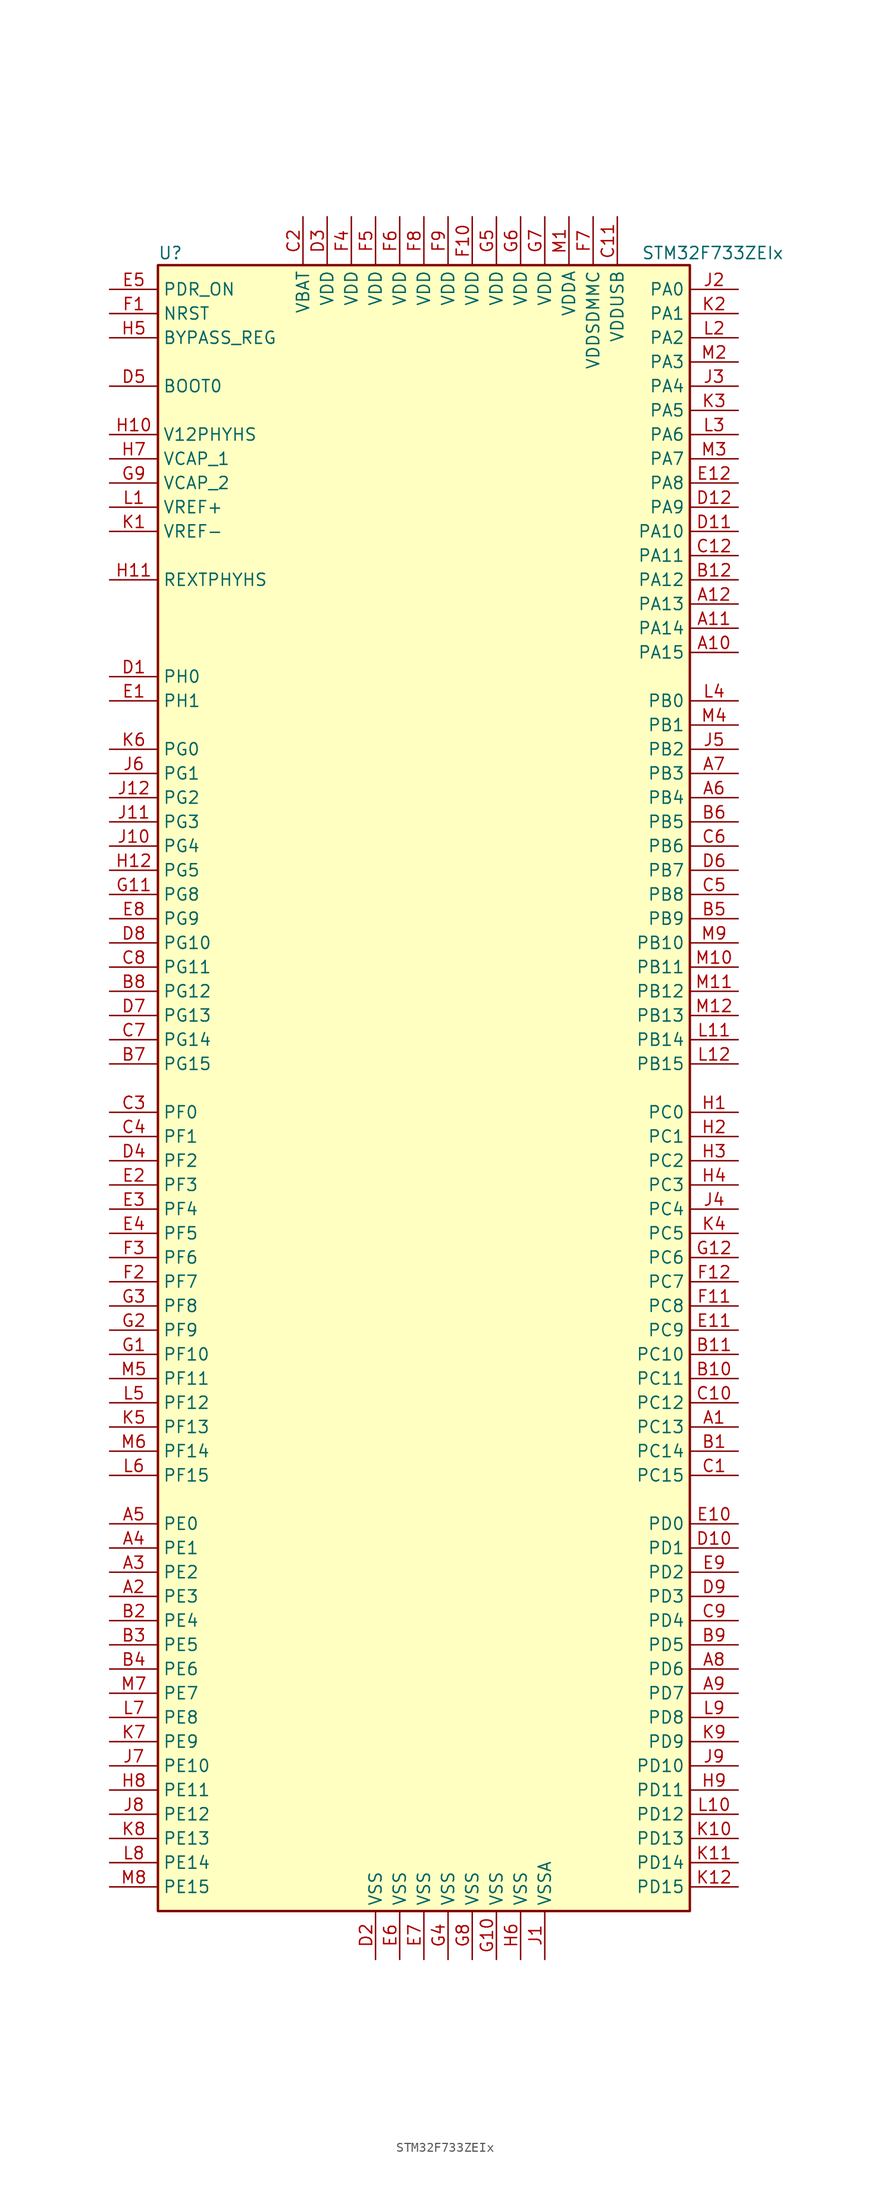
<source format=kicad_sym>
(kicad_symbol_lib
  (version 20211014)
  (generator kicad_symbol_editor)
  (symbol "STM32F733ZEIx"
    (property "Reference" "U"
      (at -27.94 87.63 0)
      (effects (font (size 1.27 1.27)) (justify left)))
    (property "Value" "STM32F733ZEIx"
      (at 22.86 87.63 0)
      (effects (font (size 1.27 1.27)) (justify left)))
    (symbol "STM32F733ZEIx_0_1"
      (rectangle (start -27.94 -86.36) (end 27.94 86.36) (stroke (width 0.254) (type default) (color 0 0 0 0)) (fill (type background))))
    (symbol "STM32F733ZEIx_1_1"
      (pin bidirectional line (at 33.02 -35.56 180) (length 5.08) (name "PC13" (effects (font (size 1.27 1.27)))) (number "A1" (effects (font (size 1.27 1.27)))))
      (pin bidirectional line (at 33.02 45.72 180) (length 5.08) (name "PA15" (effects (font (size 1.27 1.27)))) (number "A10" (effects (font (size 1.27 1.27)))))
      (pin bidirectional line (at 33.02 48.26 180) (length 5.08) (name "PA14" (effects (font (size 1.27 1.27)))) (number "A11" (effects (font (size 1.27 1.27)))))
      (pin bidirectional line (at 33.02 50.8 180) (length 5.08) (name "PA13" (effects (font (size 1.27 1.27)))) (number "A12" (effects (font (size 1.27 1.27)))))
      (pin bidirectional line (at -33.02 -53.34 0) (length 5.08) (name "PE3" (effects (font (size 1.27 1.27)))) (number "A2" (effects (font (size 1.27 1.27)))))
      (pin bidirectional line (at -33.02 -50.8 0) (length 5.08) (name "PE2" (effects (font (size 1.27 1.27)))) (number "A3" (effects (font (size 1.27 1.27)))))
      (pin bidirectional line (at -33.02 -48.26 0) (length 5.08) (name "PE1" (effects (font (size 1.27 1.27)))) (number "A4" (effects (font (size 1.27 1.27)))))
      (pin bidirectional line (at -33.02 -45.72 0) (length 5.08) (name "PE0" (effects (font (size 1.27 1.27)))) (number "A5" (effects (font (size 1.27 1.27)))))
      (pin bidirectional line (at 33.02 30.48 180) (length 5.08) (name "PB4" (effects (font (size 1.27 1.27)))) (number "A6" (effects (font (size 1.27 1.27)))))
      (pin bidirectional line (at 33.02 33.02 180) (length 5.08) (name "PB3" (effects (font (size 1.27 1.27)))) (number "A7" (effects (font (size 1.27 1.27)))))
      (pin bidirectional line (at 33.02 -60.96 180) (length 5.08) (name "PD6" (effects (font (size 1.27 1.27)))) (number "A8" (effects (font (size 1.27 1.27)))))
      (pin bidirectional line (at 33.02 -63.5 180) (length 5.08) (name "PD7" (effects (font (size 1.27 1.27)))) (number "A9" (effects (font (size 1.27 1.27)))))
      (pin bidirectional line (at 33.02 -38.1 180) (length 5.08) (name "PC14" (effects (font (size 1.27 1.27)))) (number "B1" (effects (font (size 1.27 1.27)))))
      (pin bidirectional line (at 33.02 -30.48 180) (length 5.08) (name "PC11" (effects (font (size 1.27 1.27)))) (number "B10" (effects (font (size 1.27 1.27)))))
      (pin bidirectional line (at 33.02 -27.94 180) (length 5.08) (name "PC10" (effects (font (size 1.27 1.27)))) (number "B11" (effects (font (size 1.27 1.27)))))
      (pin bidirectional line (at 33.02 53.34 180) (length 5.08) (name "PA12" (effects (font (size 1.27 1.27)))) (number "B12" (effects (font (size 1.27 1.27)))))
      (pin bidirectional line (at -33.02 -55.88 0) (length 5.08) (name "PE4" (effects (font (size 1.27 1.27)))) (number "B2" (effects (font (size 1.27 1.27)))))
      (pin bidirectional line (at -33.02 -58.42 0) (length 5.08) (name "PE5" (effects (font (size 1.27 1.27)))) (number "B3" (effects (font (size 1.27 1.27)))))
      (pin bidirectional line (at -33.02 -60.96 0) (length 5.08) (name "PE6" (effects (font (size 1.27 1.27)))) (number "B4" (effects (font (size 1.27 1.27)))))
      (pin bidirectional line (at 33.02 17.78 180) (length 5.08) (name "PB9" (effects (font (size 1.27 1.27)))) (number "B5" (effects (font (size 1.27 1.27)))))
      (pin bidirectional line (at 33.02 27.94 180) (length 5.08) (name "PB5" (effects (font (size 1.27 1.27)))) (number "B6" (effects (font (size 1.27 1.27)))))
      (pin bidirectional line (at -33.02 2.54 0) (length 5.08) (name "PG15" (effects (font (size 1.27 1.27)))) (number "B7" (effects (font (size 1.27 1.27)))))
      (pin bidirectional line (at -33.02 10.16 0) (length 5.08) (name "PG12" (effects (font (size 1.27 1.27)))) (number "B8" (effects (font (size 1.27 1.27)))))
      (pin bidirectional line (at 33.02 -58.42 180) (length 5.08) (name "PD5" (effects (font (size 1.27 1.27)))) (number "B9" (effects (font (size 1.27 1.27)))))
      (pin bidirectional line (at 33.02 -40.64 180) (length 5.08) (name "PC15" (effects (font (size 1.27 1.27)))) (number "C1" (effects (font (size 1.27 1.27)))))
      (pin bidirectional line (at 33.02 -33.02 180) (length 5.08) (name "PC12" (effects (font (size 1.27 1.27)))) (number "C10" (effects (font (size 1.27 1.27)))))
      (pin power_in line (at 20.32 91.44 270) (length 5.08) (name "VDDUSB" (effects (font (size 1.27 1.27)))) (number "C11" (effects (font (size 1.27 1.27)))))
      (pin bidirectional line (at 33.02 55.88 180) (length 5.08) (name "PA11" (effects (font (size 1.27 1.27)))) (number "C12" (effects (font (size 1.27 1.27)))))
      (pin power_in line (at -12.7 91.44 270) (length 5.08) (name "VBAT" (effects (font (size 1.27 1.27)))) (number "C2" (effects (font (size 1.27 1.27)))))
      (pin bidirectional line (at -33.02 -2.54 0) (length 5.08) (name "PF0" (effects (font (size 1.27 1.27)))) (number "C3" (effects (font (size 1.27 1.27)))))
      (pin bidirectional line (at -33.02 -5.08 0) (length 5.08) (name "PF1" (effects (font (size 1.27 1.27)))) (number "C4" (effects (font (size 1.27 1.27)))))
      (pin bidirectional line (at 33.02 20.32 180) (length 5.08) (name "PB8" (effects (font (size 1.27 1.27)))) (number "C5" (effects (font (size 1.27 1.27)))))
      (pin bidirectional line (at 33.02 25.4 180) (length 5.08) (name "PB6" (effects (font (size 1.27 1.27)))) (number "C6" (effects (font (size 1.27 1.27)))))
      (pin bidirectional line (at -33.02 5.08 0) (length 5.08) (name "PG14" (effects (font (size 1.27 1.27)))) (number "C7" (effects (font (size 1.27 1.27)))))
      (pin bidirectional line (at -33.02 12.7 0) (length 5.08) (name "PG11" (effects (font (size 1.27 1.27)))) (number "C8" (effects (font (size 1.27 1.27)))))
      (pin bidirectional line (at 33.02 -55.88 180) (length 5.08) (name "PD4" (effects (font (size 1.27 1.27)))) (number "C9" (effects (font (size 1.27 1.27)))))
      (pin input line (at -33.02 43.18 0) (length 5.08) (name "PH0" (effects (font (size 1.27 1.27)))) (number "D1" (effects (font (size 1.27 1.27)))))
      (pin bidirectional line (at 33.02 -48.26 180) (length 5.08) (name "PD1" (effects (font (size 1.27 1.27)))) (number "D10" (effects (font (size 1.27 1.27)))))
      (pin bidirectional line (at 33.02 58.42 180) (length 5.08) (name "PA10" (effects (font (size 1.27 1.27)))) (number "D11" (effects (font (size 1.27 1.27)))))
      (pin bidirectional line (at 33.02 60.96 180) (length 5.08) (name "PA9" (effects (font (size 1.27 1.27)))) (number "D12" (effects (font (size 1.27 1.27)))))
      (pin power_in line (at -5.08 -91.44 90) (length 5.08) (name "VSS" (effects (font (size 1.27 1.27)))) (number "D2" (effects (font (size 1.27 1.27)))))
      (pin power_in line (at -10.16 91.44 270) (length 5.08) (name "VDD" (effects (font (size 1.27 1.27)))) (number "D3" (effects (font (size 1.27 1.27)))))
      (pin bidirectional line (at -33.02 -7.62 0) (length 5.08) (name "PF2" (effects (font (size 1.27 1.27)))) (number "D4" (effects (font (size 1.27 1.27)))))
      (pin input line (at -33.02 73.66 0) (length 5.08) (name "BOOT0" (effects (font (size 1.27 1.27)))) (number "D5" (effects (font (size 1.27 1.27)))))
      (pin bidirectional line (at 33.02 22.86 180) (length 5.08) (name "PB7" (effects (font (size 1.27 1.27)))) (number "D6" (effects (font (size 1.27 1.27)))))
      (pin bidirectional line (at -33.02 7.62 0) (length 5.08) (name "PG13" (effects (font (size 1.27 1.27)))) (number "D7" (effects (font (size 1.27 1.27)))))
      (pin bidirectional line (at -33.02 15.24 0) (length 5.08) (name "PG10" (effects (font (size 1.27 1.27)))) (number "D8" (effects (font (size 1.27 1.27)))))
      (pin bidirectional line (at 33.02 -53.34 180) (length 5.08) (name "PD3" (effects (font (size 1.27 1.27)))) (number "D9" (effects (font (size 1.27 1.27)))))
      (pin input line (at -33.02 40.64 0) (length 5.08) (name "PH1" (effects (font (size 1.27 1.27)))) (number "E1" (effects (font (size 1.27 1.27)))))
      (pin bidirectional line (at 33.02 -45.72 180) (length 5.08) (name "PD0" (effects (font (size 1.27 1.27)))) (number "E10" (effects (font (size 1.27 1.27)))))
      (pin bidirectional line (at 33.02 -25.4 180) (length 5.08) (name "PC9" (effects (font (size 1.27 1.27)))) (number "E11" (effects (font (size 1.27 1.27)))))
      (pin bidirectional line (at 33.02 63.5 180) (length 5.08) (name "PA8" (effects (font (size 1.27 1.27)))) (number "E12" (effects (font (size 1.27 1.27)))))
      (pin bidirectional line (at -33.02 -10.16 0) (length 5.08) (name "PF3" (effects (font (size 1.27 1.27)))) (number "E2" (effects (font (size 1.27 1.27)))))
      (pin bidirectional line (at -33.02 -12.7 0) (length 5.08) (name "PF4" (effects (font (size 1.27 1.27)))) (number "E3" (effects (font (size 1.27 1.27)))))
      (pin bidirectional line (at -33.02 -15.24 0) (length 5.08) (name "PF5" (effects (font (size 1.27 1.27)))) (number "E4" (effects (font (size 1.27 1.27)))))
      (pin input line (at -33.02 83.82 0) (length 5.08) (name "PDR_ON" (effects (font (size 1.27 1.27)))) (number "E5" (effects (font (size 1.27 1.27)))))
      (pin power_in line (at -2.54 -91.44 90) (length 5.08) (name "VSS" (effects (font (size 1.27 1.27)))) (number "E6" (effects (font (size 1.27 1.27)))))
      (pin power_in line (at 0 -91.44 90) (length 5.08) (name "VSS" (effects (font (size 1.27 1.27)))) (number "E7" (effects (font (size 1.27 1.27)))))
      (pin bidirectional line (at -33.02 17.78 0) (length 5.08) (name "PG9" (effects (font (size 1.27 1.27)))) (number "E8" (effects (font (size 1.27 1.27)))))
      (pin bidirectional line (at 33.02 -50.8 180) (length 5.08) (name "PD2" (effects (font (size 1.27 1.27)))) (number "E9" (effects (font (size 1.27 1.27)))))
      (pin input line (at -33.02 81.28 0) (length 5.08) (name "NRST" (effects (font (size 1.27 1.27)))) (number "F1" (effects (font (size 1.27 1.27)))))
      (pin power_in line (at 5.08 91.44 270) (length 5.08) (name "VDD" (effects (font (size 1.27 1.27)))) (number "F10" (effects (font (size 1.27 1.27)))))
      (pin bidirectional line (at 33.02 -22.86 180) (length 5.08) (name "PC8" (effects (font (size 1.27 1.27)))) (number "F11" (effects (font (size 1.27 1.27)))))
      (pin bidirectional line (at 33.02 -20.32 180) (length 5.08) (name "PC7" (effects (font (size 1.27 1.27)))) (number "F12" (effects (font (size 1.27 1.27)))))
      (pin bidirectional line (at -33.02 -20.32 0) (length 5.08) (name "PF7" (effects (font (size 1.27 1.27)))) (number "F2" (effects (font (size 1.27 1.27)))))
      (pin bidirectional line (at -33.02 -17.78 0) (length 5.08) (name "PF6" (effects (font (size 1.27 1.27)))) (number "F3" (effects (font (size 1.27 1.27)))))
      (pin power_in line (at -7.62 91.44 270) (length 5.08) (name "VDD" (effects (font (size 1.27 1.27)))) (number "F4" (effects (font (size 1.27 1.27)))))
      (pin power_in line (at -5.08 91.44 270) (length 5.08) (name "VDD" (effects (font (size 1.27 1.27)))) (number "F5" (effects (font (size 1.27 1.27)))))
      (pin power_in line (at -2.54 91.44 270) (length 5.08) (name "VDD" (effects (font (size 1.27 1.27)))) (number "F6" (effects (font (size 1.27 1.27)))))
      (pin power_in line (at 17.78 91.44 270) (length 5.08) (name "VDDSDMMC" (effects (font (size 1.27 1.27)))) (number "F7" (effects (font (size 1.27 1.27)))))
      (pin power_in line (at 0 91.44 270) (length 5.08) (name "VDD" (effects (font (size 1.27 1.27)))) (number "F8" (effects (font (size 1.27 1.27)))))
      (pin power_in line (at 2.54 91.44 270) (length 5.08) (name "VDD" (effects (font (size 1.27 1.27)))) (number "F9" (effects (font (size 1.27 1.27)))))
      (pin bidirectional line (at -33.02 -27.94 0) (length 5.08) (name "PF10" (effects (font (size 1.27 1.27)))) (number "G1" (effects (font (size 1.27 1.27)))))
      (pin power_in line (at 7.62 -91.44 90) (length 5.08) (name "VSS" (effects (font (size 1.27 1.27)))) (number "G10" (effects (font (size 1.27 1.27)))))
      (pin bidirectional line (at -33.02 20.32 0) (length 5.08) (name "PG8" (effects (font (size 1.27 1.27)))) (number "G11" (effects (font (size 1.27 1.27)))))
      (pin bidirectional line (at 33.02 -17.78 180) (length 5.08) (name "PC6" (effects (font (size 1.27 1.27)))) (number "G12" (effects (font (size 1.27 1.27)))))
      (pin bidirectional line (at -33.02 -25.4 0) (length 5.08) (name "PF9" (effects (font (size 1.27 1.27)))) (number "G2" (effects (font (size 1.27 1.27)))))
      (pin bidirectional line (at -33.02 -22.86 0) (length 5.08) (name "PF8" (effects (font (size 1.27 1.27)))) (number "G3" (effects (font (size 1.27 1.27)))))
      (pin power_in line (at 2.54 -91.44 90) (length 5.08) (name "VSS" (effects (font (size 1.27 1.27)))) (number "G4" (effects (font (size 1.27 1.27)))))
      (pin power_in line (at 7.62 91.44 270) (length 5.08) (name "VDD" (effects (font (size 1.27 1.27)))) (number "G5" (effects (font (size 1.27 1.27)))))
      (pin power_in line (at 10.16 91.44 270) (length 5.08) (name "VDD" (effects (font (size 1.27 1.27)))) (number "G6" (effects (font (size 1.27 1.27)))))
      (pin power_in line (at 12.7 91.44 270) (length 5.08) (name "VDD" (effects (font (size 1.27 1.27)))) (number "G7" (effects (font (size 1.27 1.27)))))
      (pin power_in line (at 5.08 -91.44 90) (length 5.08) (name "VSS" (effects (font (size 1.27 1.27)))) (number "G8" (effects (font (size 1.27 1.27)))))
      (pin power_in line (at -33.02 63.5 0) (length 5.08) (name "VCAP_2" (effects (font (size 1.27 1.27)))) (number "G9" (effects (font (size 1.27 1.27)))))
      (pin bidirectional line (at 33.02 -2.54 180) (length 5.08) (name "PC0" (effects (font (size 1.27 1.27)))) (number "H1" (effects (font (size 1.27 1.27)))))
      (pin power_in line (at -33.02 68.58 0) (length 5.08) (name "V12PHYHS" (effects (font (size 1.27 1.27)))) (number "H10" (effects (font (size 1.27 1.27)))))
      (pin bidirectional line (at -33.02 53.34 0) (length 5.08) (name "REXTPHYHS" (effects (font (size 1.27 1.27)))) (number "H11" (effects (font (size 1.27 1.27)))))
      (pin bidirectional line (at -33.02 22.86 0) (length 5.08) (name "PG5" (effects (font (size 1.27 1.27)))) (number "H12" (effects (font (size 1.27 1.27)))))
      (pin bidirectional line (at 33.02 -5.08 180) (length 5.08) (name "PC1" (effects (font (size 1.27 1.27)))) (number "H2" (effects (font (size 1.27 1.27)))))
      (pin bidirectional line (at 33.02 -7.62 180) (length 5.08) (name "PC2" (effects (font (size 1.27 1.27)))) (number "H3" (effects (font (size 1.27 1.27)))))
      (pin bidirectional line (at 33.02 -10.16 180) (length 5.08) (name "PC3" (effects (font (size 1.27 1.27)))) (number "H4" (effects (font (size 1.27 1.27)))))
      (pin input line (at -33.02 78.74 0) (length 5.08) (name "BYPASS_REG" (effects (font (size 1.27 1.27)))) (number "H5" (effects (font (size 1.27 1.27)))))
      (pin power_in line (at 10.16 -91.44 90) (length 5.08) (name "VSS" (effects (font (size 1.27 1.27)))) (number "H6" (effects (font (size 1.27 1.27)))))
      (pin power_in line (at -33.02 66.04 0) (length 5.08) (name "VCAP_1" (effects (font (size 1.27 1.27)))) (number "H7" (effects (font (size 1.27 1.27)))))
      (pin bidirectional line (at -33.02 -73.66 0) (length 5.08) (name "PE11" (effects (font (size 1.27 1.27)))) (number "H8" (effects (font (size 1.27 1.27)))))
      (pin bidirectional line (at 33.02 -73.66 180) (length 5.08) (name "PD11" (effects (font (size 1.27 1.27)))) (number "H9" (effects (font (size 1.27 1.27)))))
      (pin power_in line (at 12.7 -91.44 90) (length 5.08) (name "VSSA" (effects (font (size 1.27 1.27)))) (number "J1" (effects (font (size 1.27 1.27)))))
      (pin bidirectional line (at -33.02 25.4 0) (length 5.08) (name "PG4" (effects (font (size 1.27 1.27)))) (number "J10" (effects (font (size 1.27 1.27)))))
      (pin bidirectional line (at -33.02 27.94 0) (length 5.08) (name "PG3" (effects (font (size 1.27 1.27)))) (number "J11" (effects (font (size 1.27 1.27)))))
      (pin bidirectional line (at -33.02 30.48 0) (length 5.08) (name "PG2" (effects (font (size 1.27 1.27)))) (number "J12" (effects (font (size 1.27 1.27)))))
      (pin bidirectional line (at 33.02 83.82 180) (length 5.08) (name "PA0" (effects (font (size 1.27 1.27)))) (number "J2" (effects (font (size 1.27 1.27)))))
      (pin bidirectional line (at 33.02 73.66 180) (length 5.08) (name "PA4" (effects (font (size 1.27 1.27)))) (number "J3" (effects (font (size 1.27 1.27)))))
      (pin bidirectional line (at 33.02 -12.7 180) (length 5.08) (name "PC4" (effects (font (size 1.27 1.27)))) (number "J4" (effects (font (size 1.27 1.27)))))
      (pin bidirectional line (at 33.02 35.56 180) (length 5.08) (name "PB2" (effects (font (size 1.27 1.27)))) (number "J5" (effects (font (size 1.27 1.27)))))
      (pin bidirectional line (at -33.02 33.02 0) (length 5.08) (name "PG1" (effects (font (size 1.27 1.27)))) (number "J6" (effects (font (size 1.27 1.27)))))
      (pin bidirectional line (at -33.02 -71.12 0) (length 5.08) (name "PE10" (effects (font (size 1.27 1.27)))) (number "J7" (effects (font (size 1.27 1.27)))))
      (pin bidirectional line (at -33.02 -76.2 0) (length 5.08) (name "PE12" (effects (font (size 1.27 1.27)))) (number "J8" (effects (font (size 1.27 1.27)))))
      (pin bidirectional line (at 33.02 -71.12 180) (length 5.08) (name "PD10" (effects (font (size 1.27 1.27)))) (number "J9" (effects (font (size 1.27 1.27)))))
      (pin power_in line (at -33.02 58.42 0) (length 5.08) (name "VREF-" (effects (font (size 1.27 1.27)))) (number "K1" (effects (font (size 1.27 1.27)))))
      (pin bidirectional line (at 33.02 -78.74 180) (length 5.08) (name "PD13" (effects (font (size 1.27 1.27)))) (number "K10" (effects (font (size 1.27 1.27)))))
      (pin bidirectional line (at 33.02 -81.28 180) (length 5.08) (name "PD14" (effects (font (size 1.27 1.27)))) (number "K11" (effects (font (size 1.27 1.27)))))
      (pin bidirectional line (at 33.02 -83.82 180) (length 5.08) (name "PD15" (effects (font (size 1.27 1.27)))) (number "K12" (effects (font (size 1.27 1.27)))))
      (pin bidirectional line (at 33.02 81.28 180) (length 5.08) (name "PA1" (effects (font (size 1.27 1.27)))) (number "K2" (effects (font (size 1.27 1.27)))))
      (pin bidirectional line (at 33.02 71.12 180) (length 5.08) (name "PA5" (effects (font (size 1.27 1.27)))) (number "K3" (effects (font (size 1.27 1.27)))))
      (pin bidirectional line (at 33.02 -15.24 180) (length 5.08) (name "PC5" (effects (font (size 1.27 1.27)))) (number "K4" (effects (font (size 1.27 1.27)))))
      (pin bidirectional line (at -33.02 -35.56 0) (length 5.08) (name "PF13" (effects (font (size 1.27 1.27)))) (number "K5" (effects (font (size 1.27 1.27)))))
      (pin bidirectional line (at -33.02 35.56 0) (length 5.08) (name "PG0" (effects (font (size 1.27 1.27)))) (number "K6" (effects (font (size 1.27 1.27)))))
      (pin bidirectional line (at -33.02 -68.58 0) (length 5.08) (name "PE9" (effects (font (size 1.27 1.27)))) (number "K7" (effects (font (size 1.27 1.27)))))
      (pin bidirectional line (at -33.02 -78.74 0) (length 5.08) (name "PE13" (effects (font (size 1.27 1.27)))) (number "K8" (effects (font (size 1.27 1.27)))))
      (pin bidirectional line (at 33.02 -68.58 180) (length 5.08) (name "PD9" (effects (font (size 1.27 1.27)))) (number "K9" (effects (font (size 1.27 1.27)))))
      (pin power_in line (at -33.02 60.96 0) (length 5.08) (name "VREF+" (effects (font (size 1.27 1.27)))) (number "L1" (effects (font (size 1.27 1.27)))))
      (pin bidirectional line (at 33.02 -76.2 180) (length 5.08) (name "PD12" (effects (font (size 1.27 1.27)))) (number "L10" (effects (font (size 1.27 1.27)))))
      (pin bidirectional line (at 33.02 5.08 180) (length 5.08) (name "PB14" (effects (font (size 1.27 1.27)))) (number "L11" (effects (font (size 1.27 1.27)))))
      (pin bidirectional line (at 33.02 2.54 180) (length 5.08) (name "PB15" (effects (font (size 1.27 1.27)))) (number "L12" (effects (font (size 1.27 1.27)))))
      (pin bidirectional line (at 33.02 78.74 180) (length 5.08) (name "PA2" (effects (font (size 1.27 1.27)))) (number "L2" (effects (font (size 1.27 1.27)))))
      (pin bidirectional line (at 33.02 68.58 180) (length 5.08) (name "PA6" (effects (font (size 1.27 1.27)))) (number "L3" (effects (font (size 1.27 1.27)))))
      (pin bidirectional line (at 33.02 40.64 180) (length 5.08) (name "PB0" (effects (font (size 1.27 1.27)))) (number "L4" (effects (font (size 1.27 1.27)))))
      (pin bidirectional line (at -33.02 -33.02 0) (length 5.08) (name "PF12" (effects (font (size 1.27 1.27)))) (number "L5" (effects (font (size 1.27 1.27)))))
      (pin bidirectional line (at -33.02 -40.64 0) (length 5.08) (name "PF15" (effects (font (size 1.27 1.27)))) (number "L6" (effects (font (size 1.27 1.27)))))
      (pin bidirectional line (at -33.02 -66.04 0) (length 5.08) (name "PE8" (effects (font (size 1.27 1.27)))) (number "L7" (effects (font (size 1.27 1.27)))))
      (pin bidirectional line (at -33.02 -81.28 0) (length 5.08) (name "PE14" (effects (font (size 1.27 1.27)))) (number "L8" (effects (font (size 1.27 1.27)))))
      (pin bidirectional line (at 33.02 -66.04 180) (length 5.08) (name "PD8" (effects (font (size 1.27 1.27)))) (number "L9" (effects (font (size 1.27 1.27)))))
      (pin power_in line (at 15.24 91.44 270) (length 5.08) (name "VDDA" (effects (font (size 1.27 1.27)))) (number "M1" (effects (font (size 1.27 1.27)))))
      (pin bidirectional line (at 33.02 12.7 180) (length 5.08) (name "PB11" (effects (font (size 1.27 1.27)))) (number "M10" (effects (font (size 1.27 1.27)))))
      (pin bidirectional line (at 33.02 10.16 180) (length 5.08) (name "PB12" (effects (font (size 1.27 1.27)))) (number "M11" (effects (font (size 1.27 1.27)))))
      (pin bidirectional line (at 33.02 7.62 180) (length 5.08) (name "PB13" (effects (font (size 1.27 1.27)))) (number "M12" (effects (font (size 1.27 1.27)))))
      (pin bidirectional line (at 33.02 76.2 180) (length 5.08) (name "PA3" (effects (font (size 1.27 1.27)))) (number "M2" (effects (font (size 1.27 1.27)))))
      (pin bidirectional line (at 33.02 66.04 180) (length 5.08) (name "PA7" (effects (font (size 1.27 1.27)))) (number "M3" (effects (font (size 1.27 1.27)))))
      (pin bidirectional line (at 33.02 38.1 180) (length 5.08) (name "PB1" (effects (font (size 1.27 1.27)))) (number "M4" (effects (font (size 1.27 1.27)))))
      (pin bidirectional line (at -33.02 -30.48 0) (length 5.08) (name "PF11" (effects (font (size 1.27 1.27)))) (number "M5" (effects (font (size 1.27 1.27)))))
      (pin bidirectional line (at -33.02 -38.1 0) (length 5.08) (name "PF14" (effects (font (size 1.27 1.27)))) (number "M6" (effects (font (size 1.27 1.27)))))
      (pin bidirectional line (at -33.02 -63.5 0) (length 5.08) (name "PE7" (effects (font (size 1.27 1.27)))) (number "M7" (effects (font (size 1.27 1.27)))))
      (pin bidirectional line (at -33.02 -83.82 0) (length 5.08) (name "PE15" (effects (font (size 1.27 1.27)))) (number "M8" (effects (font (size 1.27 1.27)))))
      (pin bidirectional line (at 33.02 15.24 180) (length 5.08) (name "PB10" (effects (font (size 1.27 1.27)))) (number "M9" (effects (font (size 1.27 1.27))))))))
</source>
